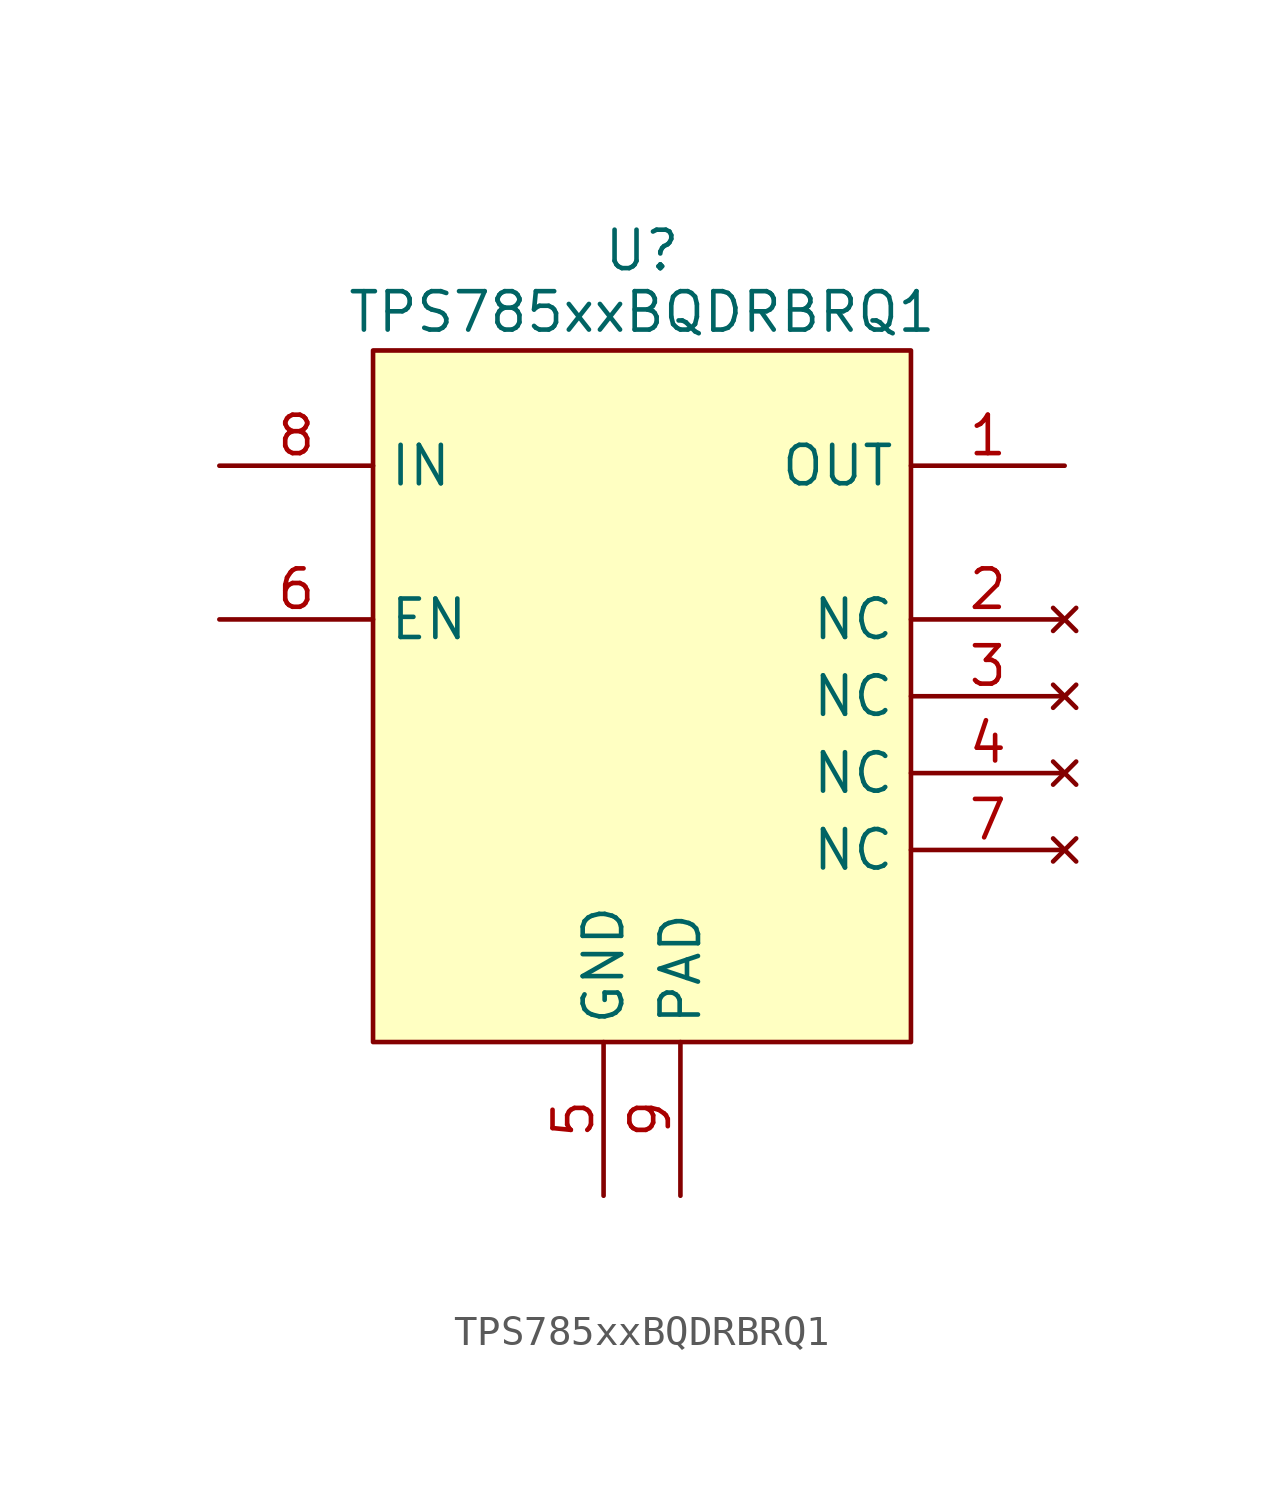
<source format=kicad_sym>
(kicad_symbol_lib
  (version 20231120)
  (generator "kicad_symbol_editor")
  (generator_version "8.0")
  (symbol "TPS785xxBQDRBRQ1"
    (property "Reference" "U"
      (at 0 14.732 0)
      (effects (font (size 1.27 1.27))))
    (property "Value" "TPS785xxBQDRBRQ1"
      (at 0 12.7 0)
      (effects (font (size 1.27 1.27))))
    (symbol "TPS785xxBQDRBRQ1_1_1"
      (rectangle (start -8.89 11.43) (end 8.89 -11.43) (stroke (width 0) (type default)) (fill (type background)))
      (pin power_out line (at 13.97 7.62 180) (length 5.08) (name "OUT" (effects (font (size 1.27 1.27)))) (number "1" (effects (font (size 1.27 1.27)))))
      (pin no_connect line (at 13.97 2.54 180) (length 5.08) (name "NC" (effects (font (size 1.27 1.27)))) (number "2" (effects (font (size 1.27 1.27)))))
      (pin no_connect line (at 13.97 0 180) (length 5.08) (name "NC" (effects (font (size 1.27 1.27)))) (number "3" (effects (font (size 1.27 1.27)))))
      (pin no_connect line (at 13.97 -2.54 180) (length 5.08) (name "NC" (effects (font (size 1.27 1.27)))) (number "4" (effects (font (size 1.27 1.27)))))
      (pin power_in line (at -1.27 -16.51 90) (length 5.08) (name "GND" (effects (font (size 1.27 1.27)))) (number "5" (effects (font (size 1.27 1.27)))))
      (pin input line (at -13.97 2.54 0) (length 5.08) (name "EN" (effects (font (size 1.27 1.27)))) (number "6" (effects (font (size 1.27 1.27)))))
      (pin no_connect line (at 13.97 -5.08 180) (length 5.08) (name "NC" (effects (font (size 1.27 1.27)))) (number "7" (effects (font (size 1.27 1.27)))))
      (pin power_in line (at -13.97 7.62 0) (length 5.08) (name "IN" (effects (font (size 1.27 1.27)))) (number "8" (effects (font (size 1.27 1.27)))))
      (pin power_in line (at 1.27 -16.51 90) (length 5.08) (name "PAD" (effects (font (size 1.27 1.27)))) (number "9" (effects (font (size 1.27 1.27))))))))
</source>
